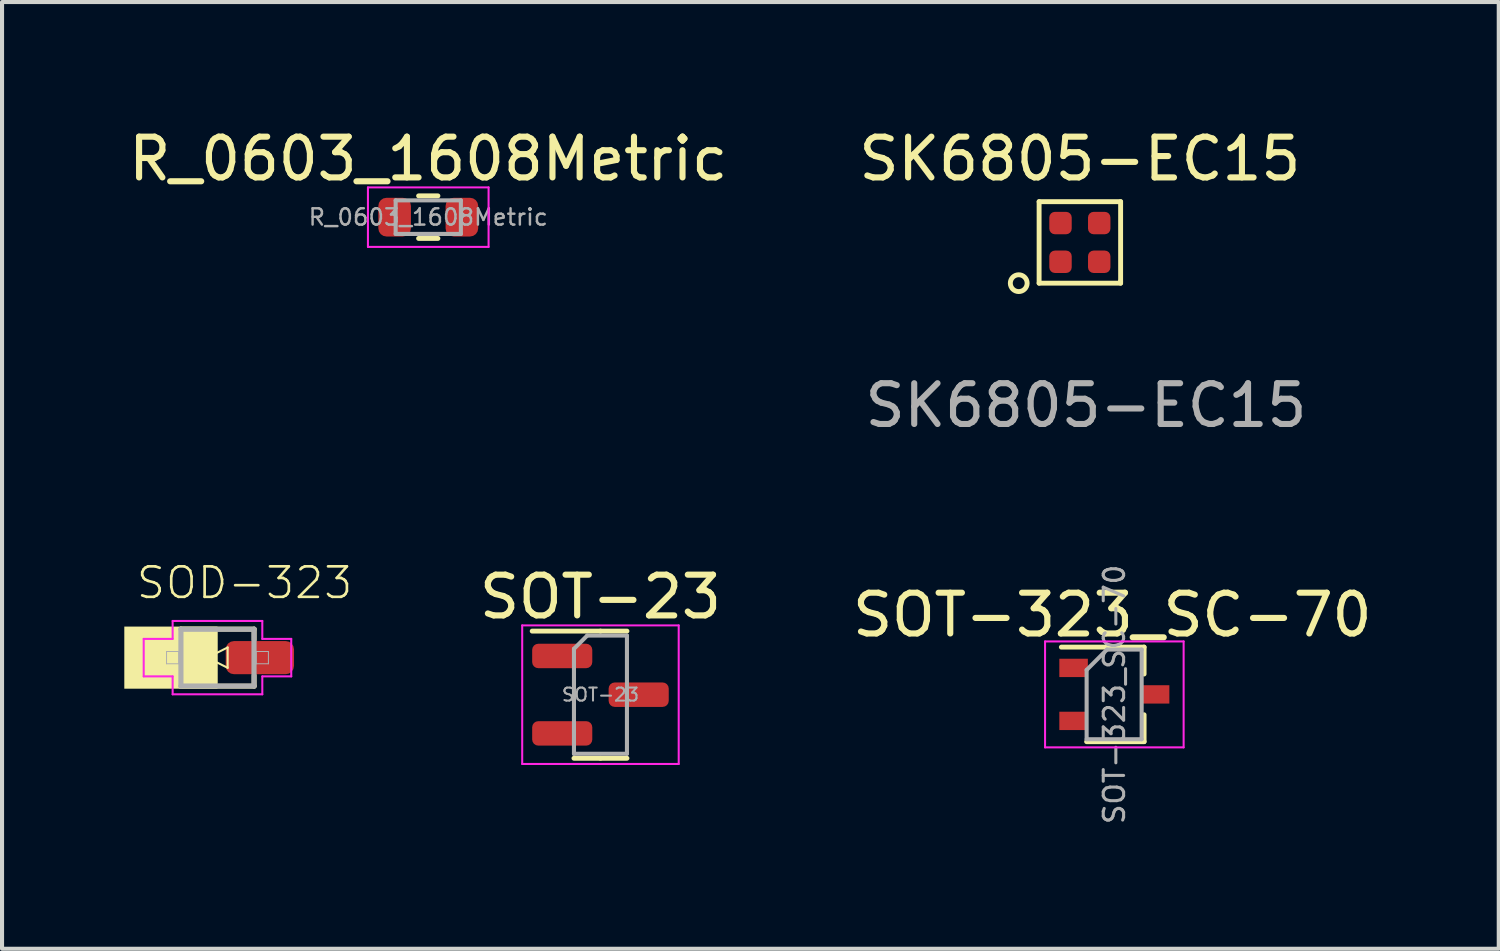
<source format=kicad_pcb>
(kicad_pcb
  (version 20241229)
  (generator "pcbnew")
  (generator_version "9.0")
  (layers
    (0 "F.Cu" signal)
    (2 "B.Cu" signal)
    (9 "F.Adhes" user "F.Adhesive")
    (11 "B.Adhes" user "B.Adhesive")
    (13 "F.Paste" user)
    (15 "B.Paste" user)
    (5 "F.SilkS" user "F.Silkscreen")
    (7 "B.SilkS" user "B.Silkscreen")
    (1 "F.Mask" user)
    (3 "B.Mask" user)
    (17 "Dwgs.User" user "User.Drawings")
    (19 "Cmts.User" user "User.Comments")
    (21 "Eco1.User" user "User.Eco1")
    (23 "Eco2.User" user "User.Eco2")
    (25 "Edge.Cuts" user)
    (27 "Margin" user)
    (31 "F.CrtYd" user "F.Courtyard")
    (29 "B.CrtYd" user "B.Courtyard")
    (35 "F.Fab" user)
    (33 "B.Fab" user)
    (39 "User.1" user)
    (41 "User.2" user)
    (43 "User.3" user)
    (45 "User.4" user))
  (footprint "SK6805-EC15"
    (layer "F.Cu")
    (at 23.446 2.898)
    (property "Reference" "SK6805-EC15" (at 0 -2.05 0) (unlocked yes) (layer "F.SilkS") (effects (font (size 1 1) (thickness 0.15))))
    (attr smd)
    (fp_line (start -1 -1) (end 1 -1) (stroke (width 0.12) (type default)) (layer "F.SilkS"))
    (fp_line (start -1 1) (end -1 -1) (stroke (width 0.12) (type default)) (layer "F.SilkS"))
    (fp_line (start 1 -1) (end 1 0.95) (stroke (width 0.12) (type default)) (layer "F.SilkS"))
    (fp_line (start 1 0.95) (end 1 1) (stroke (width 0.12) (type default)) (layer "F.SilkS"))
    (fp_line (start 1 1) (end -1 1) (stroke (width 0.12) (type default)) (layer "F.SilkS"))
    (fp_circle (center -1.5 1) (end -1.3 0.95) (stroke (width 0.12) (type default)) (fill no) (layer "F.SilkS"))
    (fp_text user "${REFERENCE}" (at 0.15 4 0) (unlocked yes) (layer "F.Fab") (effects (font (size 1 1) (thickness 0.15))))
    (pad "1" smd roundrect (at -0.475 0.475) (size 0.55 0.55) (layers "F.Cu" "F.Mask" "F.Paste") (roundrect_rratio 0.25))
    (pad "2" smd roundrect (at 0.475 0.475) (size 0.55 0.55) (layers "F.Cu" "F.Mask" "F.Paste") (roundrect_rratio 0.25))
    (pad "3" smd roundrect (at 0.475 -0.475) (size 0.55 0.55) (layers "F.Cu" "F.Mask" "F.Paste") (roundrect_rratio 0.25))
    (pad "4" smd roundrect (at -0.475 -0.475) (size 0.55 0.55) (layers "F.Cu" "F.Mask" "F.Paste") (roundrect_rratio 0.25)))
  (footprint "R_0603_1608Metric"
    (layer "F.Cu")
    (at 7.458 2.278)
    (property "Reference" "R_0603_1608Metric" (at 0 -1.43 0) (layer "F.SilkS") (effects (font (size 1 1) (thickness 0.15))))
    (attr smd)
    (fp_line (start -0.237 -0.522) (end 0.237 -0.522) (stroke (width 0.12) (type solid)) (layer "F.SilkS"))
    (fp_line (start -0.237 0.522) (end 0.237 0.522) (stroke (width 0.12) (type solid)) (layer "F.SilkS"))
    (fp_line (start -1.48 -0.73) (end 1.48 -0.73) (stroke (width 0.05) (type solid)) (layer "F.CrtYd"))
    (fp_line (start -1.48 0.73) (end -1.48 -0.73) (stroke (width 0.05) (type solid)) (layer "F.CrtYd"))
    (fp_line (start 1.48 -0.73) (end 1.48 0.73) (stroke (width 0.05) (type solid)) (layer "F.CrtYd"))
    (fp_line (start 1.48 0.73) (end -1.48 0.73) (stroke (width 0.05) (type solid)) (layer "F.CrtYd"))
    (fp_line (start -0.8 -0.412) (end 0.8 -0.412) (stroke (width 0.1) (type solid)) (layer "F.Fab"))
    (fp_line (start -0.8 0.412) (end -0.8 -0.412) (stroke (width 0.1) (type solid)) (layer "F.Fab"))
    (fp_line (start 0.8 -0.412) (end 0.8 0.412) (stroke (width 0.1) (type solid)) (layer "F.Fab"))
    (fp_line (start 0.8 0.412) (end -0.8 0.412) (stroke (width 0.1) (type solid)) (layer "F.Fab"))
    (fp_text user "${REFERENCE}" (at 0 0 0) (layer "F.Fab") (effects (font (size 0.4 0.4) (thickness 0.06))))
    (pad "1" smd roundrect (at -0.825 0) (size 0.8 0.95) (layers "F.Cu" "F.Mask" "F.Paste") (roundrect_rratio 0.25))
    (pad "2" smd roundrect (at 0.825 0) (size 0.8 0.95) (layers "F.Cu" "F.Mask" "F.Paste") (roundrect_rratio 0.25)))
  (footprint "SOD-323"
    (layer "F.Cu")
    (at 2.286 13.086)
    (property "Reference" "SOD-323" (at -2.032 -1.397 0) (layer "F.SilkS") (effects (font (size 0.748 0.748) (thickness 0.065)) (justify left bottom)))
    (attr smd)
    (fp_poly (pts (xy -0.579 -0.263) (xy -0.558 -0.258) (xy -0.539 -0.25) (xy -0.521 -0.239) (xy -0.505 -0.225) (xy -0.491 -0.209) (xy -0.48 -0.191) (xy -0.472 -0.172) (xy -0.467 -0.151) (xy -0.465 0.13) (xy -0.467 0.151) (xy -0.472 0.172) (xy -0.48 0.191) (xy -0.491 0.209) (xy -0.505 0.225) (xy -0.521 0.239) (xy -0.539 0.25) (xy -0.558 0.258) (xy -0.579 0.263) (xy -0.6 0.265) (xy -1.48 0.265) (xy -1.501 0.263) (xy -1.522 0.258) (xy -1.541 0.25) (xy -1.559 0.239) (xy -1.575 0.225) (xy -1.589 0.209) (xy -1.6 0.191) (xy -1.608 0.172) (xy -1.613 0.151) (xy -1.615 -0.13) (xy -1.613 -0.151) (xy -1.608 -0.172) (xy -1.6 -0.191) (xy -1.589 -0.209) (xy -1.575 -0.225) (xy -1.559 -0.239) (xy -1.541 -0.25) (xy -1.522 -0.258) (xy -1.501 -0.263) (xy -1.48 -0.265) (xy -0.6 -0.265)) (stroke (width 0) (type solid)) (fill yes) (layer "F.Mask"))
    (fp_poly (pts (xy 1.501 -0.263) (xy 1.522 -0.258) (xy 1.541 -0.25) (xy 1.559 -0.239) (xy 1.575 -0.225) (xy 1.589 -0.209) (xy 1.6 -0.191) (xy 1.608 -0.172) (xy 1.613 -0.151) (xy 1.615 0.13) (xy 1.613 0.151) (xy 1.608 0.172) (xy 1.6 0.191) (xy 1.589 0.209) (xy 1.575 0.225) (xy 1.559 0.239) (xy 1.541 0.25) (xy 1.522 0.258) (xy 1.501 0.263) (xy 1.48 0.265) (xy 0.6 0.265) (xy 0.579 0.263) (xy 0.558 0.258) (xy 0.539 0.25) (xy 0.521 0.239) (xy 0.505 0.225) (xy 0.491 0.209) (xy 0.48 0.191) (xy 0.472 0.172) (xy 0.467 0.151) (xy 0.465 -0.13) (xy 0.467 -0.151) (xy 0.472 -0.172) (xy 0.48 -0.191) (xy 0.491 -0.209) (xy 0.505 -0.225) (xy 0.521 -0.239) (xy 0.539 -0.25) (xy 0.558 -0.258) (xy 0.579 -0.263) (xy 0.6 -0.265) (xy 1.48 -0.265)) (stroke (width 0) (type solid)) (fill yes) (layer "F.Mask"))
    (fp_line (start -0.9 -0.7) (end 0.9 -0.7) (stroke (width 0.12) (type solid)) (layer "F.SilkS"))
    (fp_line (start -0.9 -0.44) (end -0.9 -0.7) (stroke (width 0.12) (type solid)) (layer "F.SilkS"))
    (fp_line (start -0.9 0.7) (end -0.9 0.44) (stroke (width 0.12) (type solid)) (layer "F.SilkS"))
    (fp_line (start -0.25 -0.25) (end -0.25 0.25) (stroke (width 0.05) (type solid)) (layer "F.SilkS"))
    (fp_line (start -0.25 0) (end 0.25 -0.25) (stroke (width 0.05) (type solid)) (layer "F.SilkS"))
    (fp_line (start 0.25 -0.25) (end 0.25 0.25) (stroke (width 0.05) (type solid)) (layer "F.SilkS"))
    (fp_line (start 0.25 0.25) (end -0.25 0) (stroke (width 0.05) (type solid)) (layer "F.SilkS"))
    (fp_line (start 0.9 -0.7) (end 0.9 -0.44) (stroke (width 0.12) (type solid)) (layer "F.SilkS"))
    (fp_line (start 0.9 0.44) (end 0.9 0.7) (stroke (width 0.12) (type solid)) (layer "F.SilkS"))
    (fp_line (start 0.9 0.7) (end -0.9 0.7) (stroke (width 0.12) (type solid)) (layer "F.SilkS"))
    (fp_poly (pts (xy -2.286 0.762) (xy 0 0.762) (xy 0 -0.762) (xy -2.286 -0.762)) (stroke (width 0) (type solid)) (fill yes) (layer "F.SilkS"))
    (fp_poly (pts (xy -0.889 0.635) (xy 0 0.635) (xy 0 -0.635) (xy -0.889 -0.635)) (stroke (width 0) (type solid)) (fill yes) (layer "F.SilkS"))
    (fp_poly (pts (xy -0.579 -0.263) (xy -0.558 -0.258) (xy -0.539 -0.25) (xy -0.521 -0.239) (xy -0.505 -0.225) (xy -0.491 -0.209) (xy -0.48 -0.191) (xy -0.472 -0.172) (xy -0.467 -0.151) (xy -0.465 0.13) (xy -0.467 0.151) (xy -0.472 0.172) (xy -0.48 0.191) (xy -0.491 0.209) (xy -0.505 0.225) (xy -0.521 0.239) (xy -0.539 0.25) (xy -0.558 0.258) (xy -0.579 0.263) (xy -0.6 0.265) (xy -1.48 0.265) (xy -1.501 0.263) (xy -1.522 0.258) (xy -1.541 0.25) (xy -1.559 0.239) (xy -1.575 0.225) (xy -1.589 0.209) (xy -1.6 0.191) (xy -1.608 0.172) (xy -1.613 0.151) (xy -1.615 -0.13) (xy -1.613 -0.151) (xy -1.608 -0.172) (xy -1.6 -0.191) (xy -1.589 -0.209) (xy -1.575 -0.225) (xy -1.559 -0.239) (xy -1.541 -0.25) (xy -1.522 -0.258) (xy -1.501 -0.263) (xy -1.48 -0.265) (xy -0.6 -0.265)) (stroke (width 0) (type solid)) (fill yes) (layer "F.Paste"))
    (fp_poly (pts (xy 1.501 -0.263) (xy 1.522 -0.258) (xy 1.541 -0.25) (xy 1.559 -0.239) (xy 1.575 -0.225) (xy 1.589 -0.209) (xy 1.6 -0.191) (xy 1.608 -0.172) (xy 1.613 -0.151) (xy 1.615 0.13) (xy 1.613 0.151) (xy 1.608 0.172) (xy 1.6 0.191) (xy 1.589 0.209) (xy 1.575 0.225) (xy 1.559 0.239) (xy 1.541 0.25) (xy 1.522 0.258) (xy 1.501 0.263) (xy 1.48 0.265) (xy 0.6 0.265) (xy 0.579 0.263) (xy 0.558 0.258) (xy 0.539 0.25) (xy 0.521 0.239) (xy 0.505 0.225) (xy 0.491 0.209) (xy 0.48 0.191) (xy 0.472 0.172) (xy 0.467 0.151) (xy 0.465 -0.13) (xy 0.467 -0.151) (xy 0.472 -0.172) (xy 0.48 -0.191) (xy 0.491 -0.209) (xy 0.505 -0.225) (xy 0.521 -0.239) (xy 0.539 -0.25) (xy 0.558 -0.258) (xy 0.579 -0.263) (xy 0.6 -0.265) (xy 1.48 -0.265)) (stroke (width 0) (type solid)) (fill yes) (layer "F.Paste"))
    (fp_line (start -1.81 -0.46) (end -1.81 0.46) (stroke (width 0.05) (type solid)) (layer "F.CrtYd"))
    (fp_line (start -1.81 0.46) (end -1.1 0.46) (stroke (width 0.05) (type solid)) (layer "F.CrtYd"))
    (fp_line (start -1.1 -0.9) (end -1.1 -0.46) (stroke (width 0.05) (type solid)) (layer "F.CrtYd"))
    (fp_line (start -1.1 -0.46) (end -1.81 -0.46) (stroke (width 0.05) (type solid)) (layer "F.CrtYd"))
    (fp_line (start -1.1 0.46) (end -1.1 0.9) (stroke (width 0.05) (type solid)) (layer "F.CrtYd"))
    (fp_line (start -1.1 0.9) (end 1.1 0.9) (stroke (width 0.05) (type solid)) (layer "F.CrtYd"))
    (fp_line (start 1.1 -0.9) (end -1.1 -0.9) (stroke (width 0.05) (type solid)) (layer "F.CrtYd"))
    (fp_line (start 1.1 -0.46) (end 1.1 -0.9) (stroke (width 0.05) (type solid)) (layer "F.CrtYd"))
    (fp_line (start 1.1 0.46) (end 1.81 0.46) (stroke (width 0.05) (type solid)) (layer "F.CrtYd"))
    (fp_line (start 1.1 0.9) (end 1.1 0.46) (stroke (width 0.05) (type solid)) (layer "F.CrtYd"))
    (fp_line (start 1.81 -0.46) (end 1.1 -0.46) (stroke (width 0.05) (type solid)) (layer "F.CrtYd"))
    (fp_line (start 1.81 0.46) (end 1.81 -0.46) (stroke (width 0.05) (type solid)) (layer "F.CrtYd"))
    (fp_line (start -1.25 -0.15) (end -0.95 -0.15) (stroke (width 0.025) (type solid)) (layer "F.Fab"))
    (fp_line (start -1.25 0.15) (end -1.25 -0.15) (stroke (width 0.025) (type solid)) (layer "F.Fab"))
    (fp_line (start -0.95 -0.15) (end -0.95 0.15) (stroke (width 0.025) (type solid)) (layer "F.Fab"))
    (fp_line (start -0.95 0.15) (end -1.25 0.15) (stroke (width 0.025) (type solid)) (layer "F.Fab"))
    (fp_line (start -0.9 -0.7) (end 0.9 -0.7) (stroke (width 0.12) (type solid)) (layer "F.Fab"))
    (fp_line (start -0.9 0.7) (end -0.9 -0.7) (stroke (width 0.12) (type solid)) (layer "F.Fab"))
    (fp_line (start -0.85 -0.65) (end 0.85 -0.65) (stroke (width 0.025) (type solid)) (layer "F.Fab"))
    (fp_line (start -0.85 0.65) (end -0.85 -0.65) (stroke (width 0.025) (type solid)) (layer "F.Fab"))
    (fp_line (start 0.85 -0.65) (end 0.85 0.65) (stroke (width 0.025) (type solid)) (layer "F.Fab"))
    (fp_line (start 0.85 0.65) (end -0.85 0.65) (stroke (width 0.025) (type solid)) (layer "F.Fab"))
    (fp_line (start 0.9 -0.7) (end 0.9 0.7) (stroke (width 0.12) (type solid)) (layer "F.Fab"))
    (fp_line (start 0.9 0.7) (end -0.9 0.7) (stroke (width 0.12) (type solid)) (layer "F.Fab"))
    (fp_line (start 0.95 -0.15) (end 1.25 -0.15) (stroke (width 0.025) (type solid)) (layer "F.Fab"))
    (fp_line (start 0.95 0.15) (end 0.95 -0.15) (stroke (width 0.025) (type solid)) (layer "F.Fab"))
    (fp_line (start 1.25 -0.15) (end 1.25 0.15) (stroke (width 0.025) (type solid)) (layer "F.Fab"))
    (fp_line (start 1.25 0.15) (end 0.95 0.15) (stroke (width 0.025) (type solid)) (layer "F.Fab"))
    (pad "A" smd roundrect (at 1.04 0 180) (size 1.676 0.813) (layers "F.Cu" "F.Paste") (roundrect_rratio 0.25))
    (pad "C" smd roundrect (at -1.04 0) (size 1.676 0.813) (layers "F.Cu" "F.Paste") (roundrect_rratio 0.25)))
  (footprint "SOT-323_SC-70"
    (layer "F.Cu")
    (at 24.292 13.988)
    (property "Reference" "SOT-323_SC-70" (at -0.05 -1.95 0) (layer "F.SilkS") (effects (font (size 1 1) (thickness 0.15))))
    (attr smd)
    (fp_line (start -0.68 1.16) (end 0.73 1.16) (stroke (width 0.12) (type solid)) (layer "F.SilkS"))
    (fp_line (start 0.73 -1.16) (end -1.3 -1.16) (stroke (width 0.12) (type solid)) (layer "F.SilkS"))
    (fp_line (start 0.73 -1.16) (end 0.73 -0.5) (stroke (width 0.12) (type solid)) (layer "F.SilkS"))
    (fp_line (start 0.73 0.5) (end 0.73 1.16) (stroke (width 0.12) (type solid)) (layer "F.SilkS"))
    (fp_line (start -1.7 -1.3) (end 1.7 -1.3) (stroke (width 0.05) (type solid)) (layer "F.CrtYd"))
    (fp_line (start -1.7 1.3) (end -1.7 -1.3) (stroke (width 0.05) (type solid)) (layer "F.CrtYd"))
    (fp_line (start 1.7 -1.3) (end 1.7 1.3) (stroke (width 0.05) (type solid)) (layer "F.CrtYd"))
    (fp_line (start 1.7 1.3) (end -1.7 1.3) (stroke (width 0.05) (type solid)) (layer "F.CrtYd"))
    (fp_line (start -0.68 -0.6) (end -0.68 1.1) (stroke (width 0.1) (type solid)) (layer "F.Fab"))
    (fp_line (start -0.18 -1.1) (end -0.68 -0.6) (stroke (width 0.1) (type solid)) (layer "F.Fab"))
    (fp_line (start 0.67 -1.1) (end -0.18 -1.1) (stroke (width 0.1) (type solid)) (layer "F.Fab"))
    (fp_line (start 0.67 -1.1) (end 0.67 1.1) (stroke (width 0.1) (type solid)) (layer "F.Fab"))
    (fp_line (start 0.67 1.1) (end -0.68 1.1) (stroke (width 0.1) (type solid)) (layer "F.Fab"))
    (fp_text user "${REFERENCE}" (at 0 0 90) (layer "F.Fab") (effects (font (size 0.5 0.5) (thickness 0.075))))
    (pad "1" smd rect (at -1 -0.65 90) (size 0.45 0.7) (layers "F.Cu" "F.Mask" "F.Paste"))
    (pad "2" smd rect (at -1 0.65 90) (size 0.45 0.7) (layers "F.Cu" "F.Mask" "F.Paste"))
    (pad "3" smd rect (at 1 0 90) (size 0.45 0.7) (layers "F.Cu" "F.Mask" "F.Paste")))
  (footprint "SOT-23"
    (layer "F.Cu")
    (at 11.683 13.995)
    (property "Reference" "SOT-23" (at 0 -2.4 0) (layer "F.SilkS") (effects (font (size 1 1) (thickness 0.15))))
    (attr smd)
    (fp_line (start 0 -1.56) (end -1.675 -1.56) (stroke (width 0.12) (type solid)) (layer "F.SilkS"))
    (fp_line (start 0 -1.56) (end 0.65 -1.56) (stroke (width 0.12) (type solid)) (layer "F.SilkS"))
    (fp_line (start 0 1.56) (end -0.65 1.56) (stroke (width 0.12) (type solid)) (layer "F.SilkS"))
    (fp_line (start 0 1.56) (end 0.65 1.56) (stroke (width 0.12) (type solid)) (layer "F.SilkS"))
    (fp_line (start -1.92 -1.7) (end -1.92 1.7) (stroke (width 0.05) (type solid)) (layer "F.CrtYd"))
    (fp_line (start -1.92 1.7) (end 1.92 1.7) (stroke (width 0.05) (type solid)) (layer "F.CrtYd"))
    (fp_line (start 1.92 -1.7) (end -1.92 -1.7) (stroke (width 0.05) (type solid)) (layer "F.CrtYd"))
    (fp_line (start 1.92 1.7) (end 1.92 -1.7) (stroke (width 0.05) (type solid)) (layer "F.CrtYd"))
    (fp_line (start -0.65 -1.125) (end -0.325 -1.45) (stroke (width 0.1) (type solid)) (layer "F.Fab"))
    (fp_line (start -0.65 1.45) (end -0.65 -1.125) (stroke (width 0.1) (type solid)) (layer "F.Fab"))
    (fp_line (start -0.325 -1.45) (end 0.65 -1.45) (stroke (width 0.1) (type solid)) (layer "F.Fab"))
    (fp_line (start 0.65 -1.45) (end 0.65 1.45) (stroke (width 0.1) (type solid)) (layer "F.Fab"))
    (fp_line (start 0.65 1.45) (end -0.65 1.45) (stroke (width 0.1) (type solid)) (layer "F.Fab"))
    (fp_text user "${REFERENCE}" (at 0 0 0) (layer "F.Fab") (effects (font (size 0.32 0.32) (thickness 0.05))))
    (pad "1" smd roundrect (at -0.938 -0.95 180) (size 1.475 0.6) (layers "F.Cu" "F.Mask" "F.Paste") (roundrect_rratio 0.25))
    (pad "2" smd roundrect (at -0.938 0.95 180) (size 1.475 0.6) (layers "F.Cu" "F.Mask" "F.Paste") (roundrect_rratio 0.25))
    (pad "3" smd roundrect (at 0.938 0 180) (size 1.475 0.6) (layers "F.Cu" "F.Mask" "F.Paste") (roundrect_rratio 0.25)))
  (gr_rect
    (start -3 -3)
    (end 33.724 20.229)
    (stroke (width 0.1) (type default))
    (fill no)
    (layer "Edge.Cuts")))
</source>
